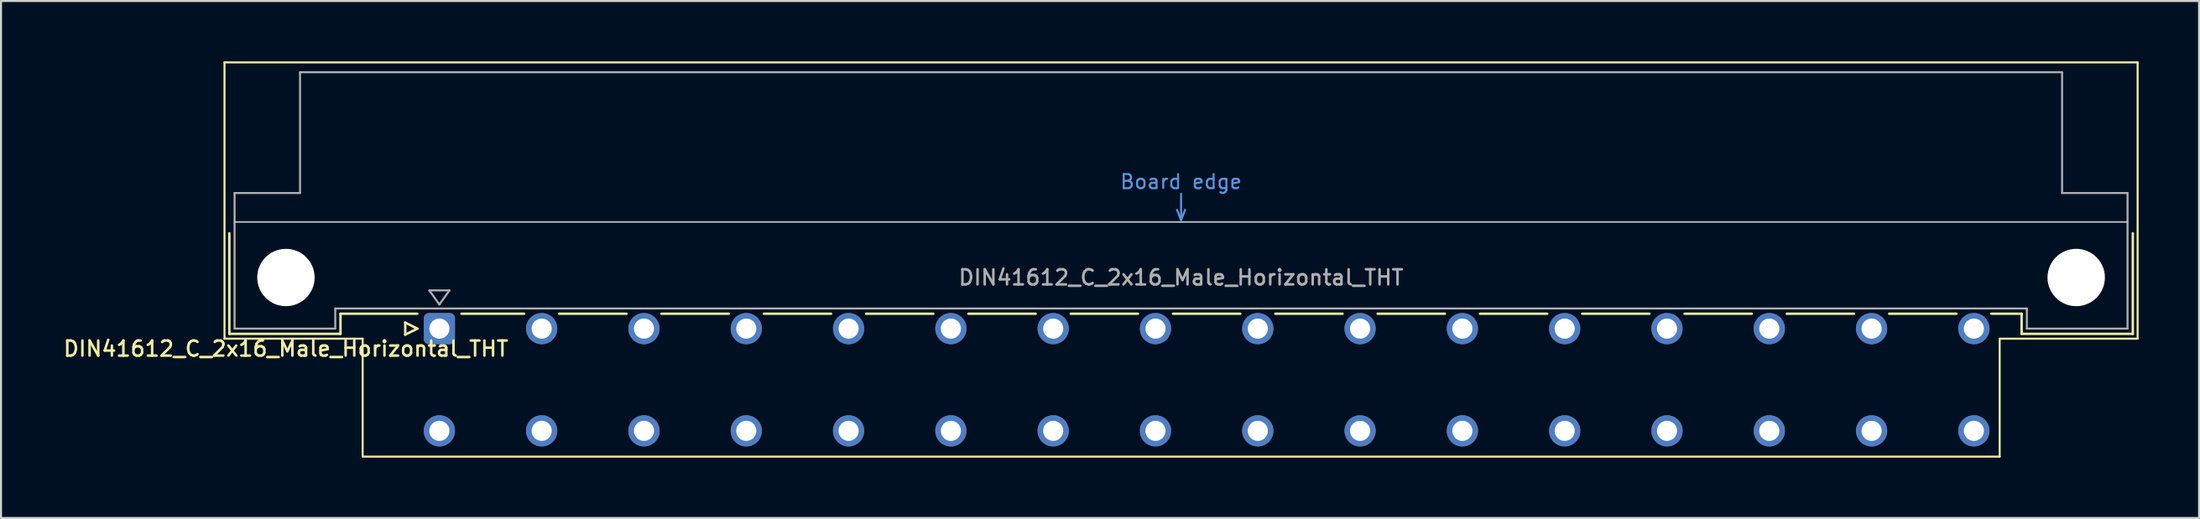
<source format=kicad_pcb>
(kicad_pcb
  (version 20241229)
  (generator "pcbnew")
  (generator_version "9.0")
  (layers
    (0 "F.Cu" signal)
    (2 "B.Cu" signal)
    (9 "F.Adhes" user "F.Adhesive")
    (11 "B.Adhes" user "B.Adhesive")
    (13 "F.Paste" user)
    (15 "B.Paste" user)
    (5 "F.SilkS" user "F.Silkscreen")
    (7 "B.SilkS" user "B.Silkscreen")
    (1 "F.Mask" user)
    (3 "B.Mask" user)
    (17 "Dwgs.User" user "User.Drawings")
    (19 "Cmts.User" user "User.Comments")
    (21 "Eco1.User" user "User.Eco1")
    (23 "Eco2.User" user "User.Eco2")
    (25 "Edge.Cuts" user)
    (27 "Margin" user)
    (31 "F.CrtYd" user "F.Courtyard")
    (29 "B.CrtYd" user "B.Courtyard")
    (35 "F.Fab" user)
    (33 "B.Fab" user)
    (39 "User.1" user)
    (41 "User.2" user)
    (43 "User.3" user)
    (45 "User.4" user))
  (footprint "DIN41612_C_2x16_Male_Horizontal_THT"
    (layer "F.Cu")
    (at 16.228 13.28)
    (property "Reference" "DIN41612_C_2x16_Male_Horizontal_THT" (at -5.08 1 0) (layer "F.SilkS") (effects (font (size 0.75 0.75) (thickness 0.125))))
    (attr through_hole)
    (fp_line (start -8.13 -13.23) (end -8.13 0.5) (stroke (width 0.1) (type solid)) (layer "F.SilkS"))
    (fp_line (start -8.13 0.5) (end -1.27 0.5) (stroke (width 0.1) (type solid)) (layer "F.SilkS"))
    (fp_line (start -7.89 -4.74) (end -7.89 0.26) (stroke (width 0.12) (type solid)) (layer "F.SilkS"))
    (fp_line (start -7.89 0.26) (end -2.37 0.26) (stroke (width 0.12) (type solid)) (layer "F.SilkS"))
    (fp_line (start -2.371 -0.74) (end 1.445 -0.74) (stroke (width 0.12) (type solid)) (layer "F.SilkS"))
    (fp_line (start -2.37 0.26) (end -2.37 -0.74) (stroke (width 0.12) (type solid)) (layer "F.SilkS"))
    (fp_line (start -1.27 0.5) (end -1.27 6.36) (stroke (width 0.1) (type solid)) (layer "F.SilkS"))
    (fp_line (start -1.27 6.36) (end 80.02 6.36) (stroke (width 0.1) (type solid)) (layer "F.SilkS"))
    (fp_line (start 0.845 -0.3) (end 0.845 0.3) (stroke (width 0.12) (type solid)) (layer "F.SilkS"))
    (fp_line (start 0.845 0.3) (end 1.445 0) (stroke (width 0.12) (type solid)) (layer "F.SilkS"))
    (fp_line (start 1.445 0) (end 0.845 -0.3) (stroke (width 0.12) (type solid)) (layer "F.SilkS"))
    (fp_line (start 3.635 -0.74) (end 6.751 -0.74) (stroke (width 0.12) (type solid)) (layer "F.SilkS"))
    (fp_line (start 8.49 -0.74) (end 11.831 -0.74) (stroke (width 0.12) (type solid)) (layer "F.SilkS"))
    (fp_line (start 13.57 -0.74) (end 16.911 -0.74) (stroke (width 0.12) (type solid)) (layer "F.SilkS"))
    (fp_line (start 18.65 -0.74) (end 21.991 -0.74) (stroke (width 0.12) (type solid)) (layer "F.SilkS"))
    (fp_line (start 23.73 -0.74) (end 27.071 -0.74) (stroke (width 0.12) (type solid)) (layer "F.SilkS"))
    (fp_line (start 28.81 -0.74) (end 32.151 -0.74) (stroke (width 0.12) (type solid)) (layer "F.SilkS"))
    (fp_line (start 33.89 -0.74) (end 37.231 -0.74) (stroke (width 0.12) (type solid)) (layer "F.SilkS"))
    (fp_line (start 38.97 -0.74) (end 42.311 -0.74) (stroke (width 0.12) (type solid)) (layer "F.SilkS"))
    (fp_line (start 44.05 -0.74) (end 47.391 -0.74) (stroke (width 0.12) (type solid)) (layer "F.SilkS"))
    (fp_line (start 49.13 -0.74) (end 52.471 -0.74) (stroke (width 0.12) (type solid)) (layer "F.SilkS"))
    (fp_line (start 54.21 -0.74) (end 57.551 -0.74) (stroke (width 0.12) (type solid)) (layer "F.SilkS"))
    (fp_line (start 59.29 -0.74) (end 62.631 -0.74) (stroke (width 0.12) (type solid)) (layer "F.SilkS"))
    (fp_line (start 64.37 -0.74) (end 67.711 -0.74) (stroke (width 0.12) (type solid)) (layer "F.SilkS"))
    (fp_line (start 69.45 -0.74) (end 72.791 -0.74) (stroke (width 0.12) (type solid)) (layer "F.SilkS"))
    (fp_line (start 74.53 -0.74) (end 77.871 -0.74) (stroke (width 0.12) (type solid)) (layer "F.SilkS"))
    (fp_line (start 79.61 -0.74) (end 81.11 -0.74) (stroke (width 0.12) (type solid)) (layer "F.SilkS"))
    (fp_line (start 80.02 0.5) (end 86.87 0.5) (stroke (width 0.1) (type solid)) (layer "F.SilkS"))
    (fp_line (start 80.02 6.36) (end 80.02 0.5) (stroke (width 0.1) (type solid)) (layer "F.SilkS"))
    (fp_line (start 81.11 0.26) (end 81.11 -0.74) (stroke (width 0.12) (type solid)) (layer "F.SilkS"))
    (fp_line (start 86.63 -4.74) (end 86.63 0.26) (stroke (width 0.12) (type solid)) (layer "F.SilkS"))
    (fp_line (start 86.63 0.26) (end 81.11 0.26) (stroke (width 0.12) (type solid)) (layer "F.SilkS"))
    (fp_line (start 86.87 -13.23) (end -8.13 -13.23) (stroke (width 0.1) (type solid)) (layer "F.SilkS"))
    (fp_line (start 86.87 0.5) (end 86.87 -13.23) (stroke (width 0.1) (type solid)) (layer "F.SilkS"))
    (fp_line (start -7.63 -5.3) (end 86.37 -5.3) (stroke (width 0.08) (type solid)) (layer "Dwgs.User"))
    (fp_line (start 39.17 -5.9) (end 39.37 -5.4) (stroke (width 0.1) (type solid)) (layer "Cmts.User"))
    (fp_line (start 39.37 -5.4) (end 39.37 -6.7) (stroke (width 0.1) (type solid)) (layer "Cmts.User"))
    (fp_line (start 39.37 -5.4) (end 39.57 -5.9) (stroke (width 0.1) (type solid)) (layer "Cmts.User"))
    (fp_line (start -7.63 -6.74) (end -7.63 0) (stroke (width 0.1) (type solid)) (layer "F.Fab"))
    (fp_line (start -7.63 0) (end -2.63 0) (stroke (width 0.1) (type solid)) (layer "F.Fab"))
    (fp_line (start -4.38 -12.74) (end -4.38 -6.74) (stroke (width 0.1) (type solid)) (layer "F.Fab"))
    (fp_line (start -4.38 -6.74) (end -7.63 -6.74) (stroke (width 0.1) (type solid)) (layer "F.Fab"))
    (fp_line (start -2.63 -1) (end 81.37 -1) (stroke (width 0.1) (type solid)) (layer "F.Fab"))
    (fp_line (start -2.63 0) (end -2.63 -1) (stroke (width 0.1) (type solid)) (layer "F.Fab"))
    (fp_line (start 2.04 -1.9) (end 3.04 -1.9) (stroke (width 0.1) (type solid)) (layer "F.Fab"))
    (fp_line (start 2.54 -1.2) (end 2.04 -1.9) (stroke (width 0.1) (type solid)) (layer "F.Fab"))
    (fp_line (start 3.04 -1.9) (end 2.54 -1.2) (stroke (width 0.1) (type solid)) (layer "F.Fab"))
    (fp_line (start 81.37 -1) (end 81.37 0) (stroke (width 0.1) (type solid)) (layer "F.Fab"))
    (fp_line (start 81.37 0) (end 86.37 0) (stroke (width 0.1) (type solid)) (layer "F.Fab"))
    (fp_line (start 83.12 -12.74) (end -4.38 -12.74) (stroke (width 0.1) (type solid)) (layer "F.Fab"))
    (fp_line (start 83.12 -6.74) (end 83.12 -12.74) (stroke (width 0.1) (type solid)) (layer "F.Fab"))
    (fp_line (start 86.37 -6.74) (end 83.12 -6.74) (stroke (width 0.1) (type solid)) (layer "F.Fab"))
    (fp_line (start 86.37 0) (end 86.37 -6.74) (stroke (width 0.1) (type solid)) (layer "F.Fab"))
    (fp_text user "Board edge" (at 39.37 -7.3 0) (layer "Cmts.User") (effects (font (size 0.7 0.7) (thickness 0.1))))
    (fp_text user "${REFERENCE}" (at 39.37 -2.54 0) (layer "F.Fab") (effects (font (size 0.75 0.75) (thickness 0.125))))
    (pad "" np_thru_hole circle (at -5.08 -2.54) (size 2.85 2.85) (drill 2.85) (layers "*.Cu" "*.Mask"))
    (pad "" np_thru_hole circle (at 83.82 -2.54) (size 2.85 2.85) (drill 2.85) (layers "*.Cu" "*.Mask"))
    (pad "a2" thru_hole roundrect (at 2.54 0) (size 1.55 1.55) (drill 1) (layers "*.Cu" "*.Mask") (roundrect_rratio 0.161))
    (pad "a4" thru_hole circle (at 7.62 0) (size 1.55 1.55) (drill 1) (layers "*.Cu" "*.Mask"))
    (pad "a6" thru_hole circle (at 12.7 0) (size 1.55 1.55) (drill 1) (layers "*.Cu" "*.Mask"))
    (pad "a8" thru_hole circle (at 17.78 0) (size 1.55 1.55) (drill 1) (layers "*.Cu" "*.Mask"))
    (pad "a10" thru_hole circle (at 22.86 0) (size 1.55 1.55) (drill 1) (layers "*.Cu" "*.Mask"))
    (pad "a12" thru_hole circle (at 27.94 0) (size 1.55 1.55) (drill 1) (layers "*.Cu" "*.Mask"))
    (pad "a14" thru_hole circle (at 33.02 0) (size 1.55 1.55) (drill 1) (layers "*.Cu" "*.Mask"))
    (pad "a16" thru_hole circle (at 38.1 0) (size 1.55 1.55) (drill 1) (layers "*.Cu" "*.Mask"))
    (pad "a18" thru_hole circle (at 43.18 0) (size 1.55 1.55) (drill 1) (layers "*.Cu" "*.Mask"))
    (pad "a20" thru_hole circle (at 48.26 0) (size 1.55 1.55) (drill 1) (layers "*.Cu" "*.Mask"))
    (pad "a22" thru_hole circle (at 53.34 0) (size 1.55 1.55) (drill 1) (layers "*.Cu" "*.Mask"))
    (pad "a24" thru_hole circle (at 58.42 0) (size 1.55 1.55) (drill 1) (layers "*.Cu" "*.Mask"))
    (pad "a26" thru_hole circle (at 63.5 0) (size 1.55 1.55) (drill 1) (layers "*.Cu" "*.Mask"))
    (pad "a28" thru_hole circle (at 68.58 0) (size 1.55 1.55) (drill 1) (layers "*.Cu" "*.Mask"))
    (pad "a30" thru_hole circle (at 73.66 0) (size 1.55 1.55) (drill 1) (layers "*.Cu" "*.Mask"))
    (pad "a32" thru_hole circle (at 78.74 0) (size 1.55 1.55) (drill 1) (layers "*.Cu" "*.Mask"))
    (pad "c2" thru_hole circle (at 2.54 5.08) (size 1.55 1.55) (drill 1) (layers "*.Cu" "*.Mask"))
    (pad "c4" thru_hole circle (at 7.62 5.08) (size 1.55 1.55) (drill 1) (layers "*.Cu" "*.Mask"))
    (pad "c6" thru_hole circle (at 12.7 5.08) (size 1.55 1.55) (drill 1) (layers "*.Cu" "*.Mask"))
    (pad "c8" thru_hole circle (at 17.78 5.08) (size 1.55 1.55) (drill 1) (layers "*.Cu" "*.Mask"))
    (pad "c10" thru_hole circle (at 22.86 5.08) (size 1.55 1.55) (drill 1) (layers "*.Cu" "*.Mask"))
    (pad "c12" thru_hole circle (at 27.94 5.08) (size 1.55 1.55) (drill 1) (layers "*.Cu" "*.Mask"))
    (pad "c14" thru_hole circle (at 33.02 5.08) (size 1.55 1.55) (drill 1) (layers "*.Cu" "*.Mask"))
    (pad "c16" thru_hole circle (at 38.1 5.08) (size 1.55 1.55) (drill 1) (layers "*.Cu" "*.Mask"))
    (pad "c18" thru_hole circle (at 43.18 5.08) (size 1.55 1.55) (drill 1) (layers "*.Cu" "*.Mask"))
    (pad "c20" thru_hole circle (at 48.26 5.08) (size 1.55 1.55) (drill 1) (layers "*.Cu" "*.Mask"))
    (pad "c22" thru_hole circle (at 53.34 5.08) (size 1.55 1.55) (drill 1) (layers "*.Cu" "*.Mask"))
    (pad "c24" thru_hole circle (at 58.42 5.08) (size 1.55 1.55) (drill 1) (layers "*.Cu" "*.Mask"))
    (pad "c26" thru_hole circle (at 63.5 5.08) (size 1.55 1.55) (drill 1) (layers "*.Cu" "*.Mask"))
    (pad "c28" thru_hole circle (at 68.58 5.08) (size 1.55 1.55) (drill 1) (layers "*.Cu" "*.Mask"))
    (pad "c30" thru_hole circle (at 73.66 5.08) (size 1.55 1.55) (drill 1) (layers "*.Cu" "*.Mask"))
    (pad "c32" thru_hole circle (at 78.74 5.08) (size 1.55 1.55) (drill 1) (layers "*.Cu" "*.Mask")))
  (gr_rect
    (start -3 -3)
    (end 106.148 22.69)
    (stroke (width 0.1) (type default))
    (fill no)
    (layer "Edge.Cuts")))
</source>
